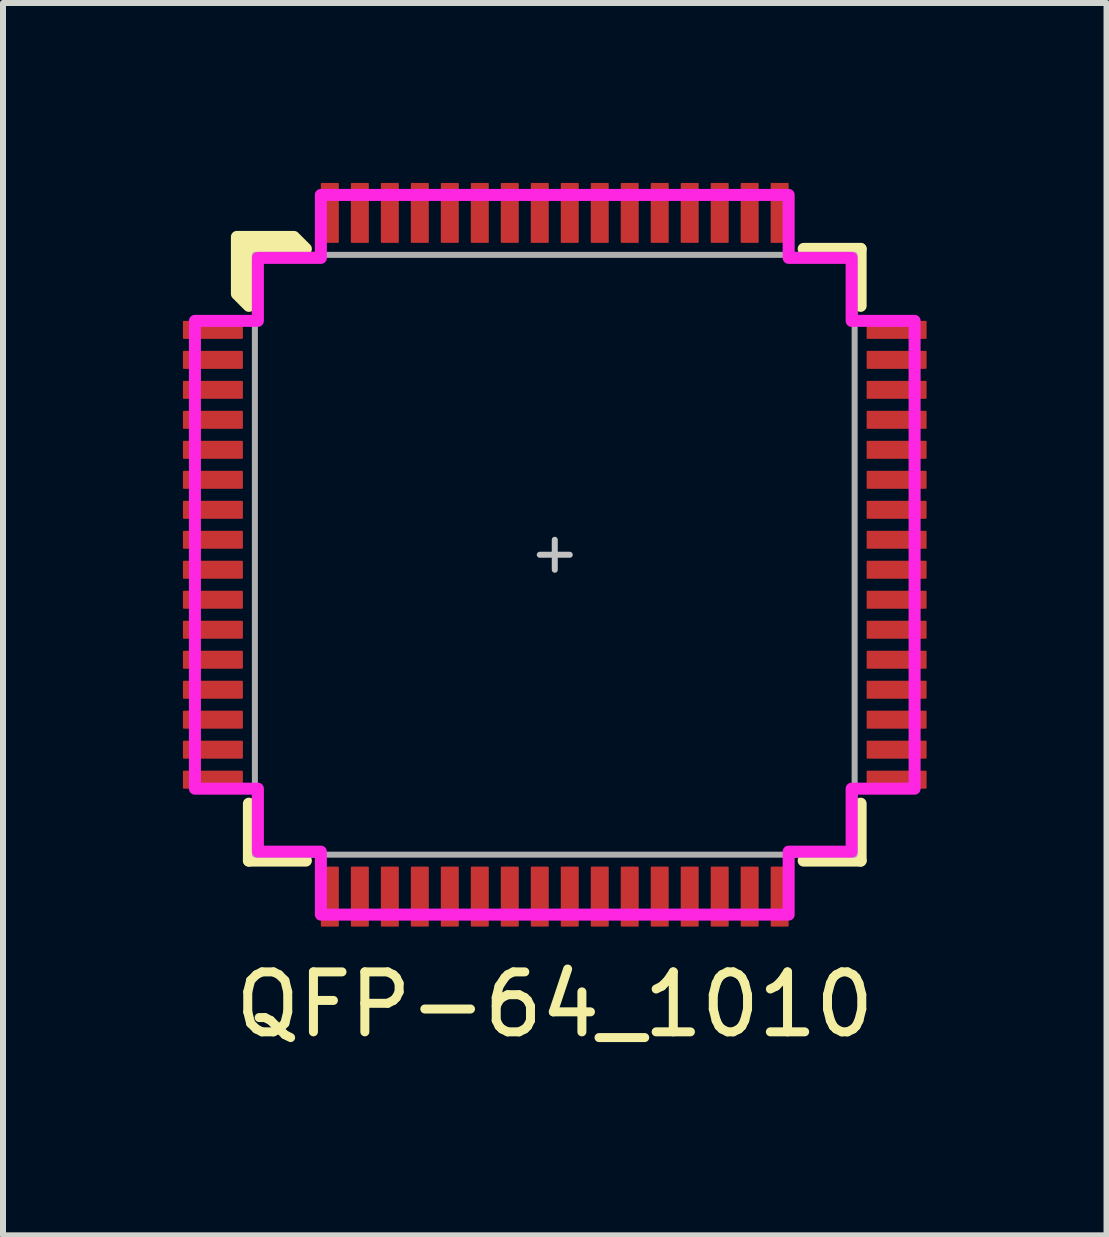
<source format=kicad_pcb>
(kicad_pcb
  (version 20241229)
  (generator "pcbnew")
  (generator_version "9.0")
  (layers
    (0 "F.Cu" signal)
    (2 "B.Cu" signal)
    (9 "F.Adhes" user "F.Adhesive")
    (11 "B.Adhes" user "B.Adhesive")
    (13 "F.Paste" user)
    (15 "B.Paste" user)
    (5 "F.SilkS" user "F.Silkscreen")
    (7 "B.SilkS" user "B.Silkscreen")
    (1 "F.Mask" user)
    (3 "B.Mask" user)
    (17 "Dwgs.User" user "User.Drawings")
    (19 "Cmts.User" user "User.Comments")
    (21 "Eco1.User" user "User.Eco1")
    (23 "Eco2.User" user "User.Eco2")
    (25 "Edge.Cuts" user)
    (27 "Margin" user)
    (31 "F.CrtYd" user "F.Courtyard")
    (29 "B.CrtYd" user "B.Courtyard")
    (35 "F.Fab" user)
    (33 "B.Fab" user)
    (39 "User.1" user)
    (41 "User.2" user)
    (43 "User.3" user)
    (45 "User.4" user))
  (footprint "QFP-64_1010"
    (layer "F.Cu")
    (at 6.2 6.2)
    (property "Reference" "QFP-64_1010" (at 0 7.5 0) (unlocked yes) (layer "F.SilkS") (effects (font (size 1 1) (thickness 0.15))))
    (attr smd)
    (fp_line (start -5.1 5.1) (end -5.1 4.15) (stroke (width 0.2) (type solid)) (layer "F.SilkS"))
    (fp_line (start -4.15 5.1) (end -5.1 5.1) (stroke (width 0.2) (type solid)) (layer "F.SilkS"))
    (fp_line (start 4.15 -5.1) (end 5.1 -5.1) (stroke (width 0.2) (type solid)) (layer "F.SilkS"))
    (fp_line (start 5.1 -5.1) (end 5.1 -4.15) (stroke (width 0.2) (type solid)) (layer "F.SilkS"))
    (fp_line (start 5.1 4.15) (end 5.1 5.1) (stroke (width 0.2) (type solid)) (layer "F.SilkS"))
    (fp_line (start 5.1 5.1) (end 4.15 5.1) (stroke (width 0.2) (type solid)) (layer "F.SilkS"))
    (fp_poly (pts (xy -4.15 -5.1) (xy -5.1 -5.1) (xy -5.1 -4.15) (xy -5.3 -4.35) (xy -5.3 -5.3) (xy -4.35 -5.3)) (stroke (width 0.2) (type solid)) (fill yes) (layer "F.SilkS"))
    (fp_line (start -0.25 0) (end 0.25 0) (stroke (width 0.1) (type solid)) (layer "Dwgs.User"))
    (fp_line (start 0 -0.25) (end 0 0.25) (stroke (width 0.1) (type solid)) (layer "Dwgs.User"))
    (fp_poly (pts (xy 3.9 -4.95) (xy 4.95 -4.95) (xy 4.95 -3.9) (xy 6 -3.9) (xy 6 3.9) (xy 4.95 3.9) (xy 4.95 4.95) (xy 3.9 4.95) (xy 3.9 6) (xy -3.9 6) (xy -3.9 4.95) (xy -4.95 4.95) (xy -4.95 3.9) (xy -6 3.9) (xy -6 -3.9) (xy -4.95 -3.9) (xy -4.95 -4.95) (xy -3.9 -4.95) (xy -3.9 -6) (xy 3.9 -6)) (stroke (width 0.2) (type solid)) (fill no) (layer "F.CrtYd"))
    (fp_rect (start -5 -5) (end 5 5) (stroke (width 0.1) (type solid)) (fill no) (layer "F.Fab"))
    (pad "1" smd roundrect (at -5.7 -3.75) (size 1 0.3) (layers "F.Cu" "F.Mask" "F.Paste") (roundrect_rratio 0.05))
    (pad "2" smd roundrect (at -5.7 -3.25) (size 1 0.3) (layers "F.Cu" "F.Mask" "F.Paste") (roundrect_rratio 0.05))
    (pad "3" smd roundrect (at -5.7 -2.75) (size 1 0.3) (layers "F.Cu" "F.Mask" "F.Paste") (roundrect_rratio 0.05))
    (pad "4" smd roundrect (at -5.7 -2.25) (size 1 0.3) (layers "F.Cu" "F.Mask" "F.Paste") (roundrect_rratio 0.05))
    (pad "5" smd roundrect (at -5.7 -1.75) (size 1 0.3) (layers "F.Cu" "F.Mask" "F.Paste") (roundrect_rratio 0.05))
    (pad "6" smd roundrect (at -5.7 -1.25) (size 1 0.3) (layers "F.Cu" "F.Mask" "F.Paste") (roundrect_rratio 0.05))
    (pad "7" smd roundrect (at -5.7 -0.75) (size 1 0.3) (layers "F.Cu" "F.Mask" "F.Paste") (roundrect_rratio 0.05))
    (pad "8" smd roundrect (at -5.7 -0.25) (size 1 0.3) (layers "F.Cu" "F.Mask" "F.Paste") (roundrect_rratio 0.05))
    (pad "9" smd roundrect (at -5.7 0.25) (size 1 0.3) (layers "F.Cu" "F.Mask" "F.Paste") (roundrect_rratio 0.05))
    (pad "10" smd roundrect (at -5.7 0.75) (size 1 0.3) (layers "F.Cu" "F.Mask" "F.Paste") (roundrect_rratio 0.05))
    (pad "11" smd roundrect (at -5.7 1.25) (size 1 0.3) (layers "F.Cu" "F.Mask" "F.Paste") (roundrect_rratio 0.05))
    (pad "12" smd roundrect (at -5.7 1.75) (size 1 0.3) (layers "F.Cu" "F.Mask" "F.Paste") (roundrect_rratio 0.05))
    (pad "13" smd roundrect (at -5.7 2.25) (size 1 0.3) (layers "F.Cu" "F.Mask" "F.Paste") (roundrect_rratio 0.05))
    (pad "14" smd roundrect (at -5.7 2.75) (size 1 0.3) (layers "F.Cu" "F.Mask" "F.Paste") (roundrect_rratio 0.05))
    (pad "15" smd roundrect (at -5.7 3.25) (size 1 0.3) (layers "F.Cu" "F.Mask" "F.Paste") (roundrect_rratio 0.05))
    (pad "16" smd roundrect (at -5.7 3.75) (size 1 0.3) (layers "F.Cu" "F.Mask" "F.Paste") (roundrect_rratio 0.05))
    (pad "17" smd roundrect (at -3.75 5.7 90) (size 1 0.3) (layers "F.Cu" "F.Mask" "F.Paste") (roundrect_rratio 0.05))
    (pad "18" smd roundrect (at -3.25 5.7 90) (size 1 0.3) (layers "F.Cu" "F.Mask" "F.Paste") (roundrect_rratio 0.05))
    (pad "19" smd roundrect (at -2.75 5.7 90) (size 1 0.3) (layers "F.Cu" "F.Mask" "F.Paste") (roundrect_rratio 0.05))
    (pad "20" smd roundrect (at -2.25 5.7 90) (size 1 0.3) (layers "F.Cu" "F.Mask" "F.Paste") (roundrect_rratio 0.05))
    (pad "21" smd roundrect (at -1.75 5.7 90) (size 1 0.3) (layers "F.Cu" "F.Mask" "F.Paste") (roundrect_rratio 0.05))
    (pad "22" smd roundrect (at -1.25 5.7 90) (size 1 0.3) (layers "F.Cu" "F.Mask" "F.Paste") (roundrect_rratio 0.05))
    (pad "23" smd roundrect (at -0.75 5.7 90) (size 1 0.3) (layers "F.Cu" "F.Mask" "F.Paste") (roundrect_rratio 0.05))
    (pad "24" smd roundrect (at -0.25 5.7 90) (size 1 0.3) (layers "F.Cu" "F.Mask" "F.Paste") (roundrect_rratio 0.05))
    (pad "25" smd roundrect (at 0.25 5.7 90) (size 1 0.3) (layers "F.Cu" "F.Mask" "F.Paste") (roundrect_rratio 0.05))
    (pad "26" smd roundrect (at 0.75 5.7 90) (size 1 0.3) (layers "F.Cu" "F.Mask" "F.Paste") (roundrect_rratio 0.05))
    (pad "27" smd roundrect (at 1.25 5.7 90) (size 1 0.3) (layers "F.Cu" "F.Mask" "F.Paste") (roundrect_rratio 0.05))
    (pad "28" smd roundrect (at 1.75 5.7 90) (size 1 0.3) (layers "F.Cu" "F.Mask" "F.Paste") (roundrect_rratio 0.05))
    (pad "29" smd roundrect (at 2.25 5.7 90) (size 1 0.3) (layers "F.Cu" "F.Mask" "F.Paste") (roundrect_rratio 0.05))
    (pad "30" smd roundrect (at 2.75 5.7 90) (size 1 0.3) (layers "F.Cu" "F.Mask" "F.Paste") (roundrect_rratio 0.05))
    (pad "31" smd roundrect (at 3.25 5.7 90) (size 1 0.3) (layers "F.Cu" "F.Mask" "F.Paste") (roundrect_rratio 0.05))
    (pad "32" smd roundrect (at 3.75 5.7 90) (size 1 0.3) (layers "F.Cu" "F.Mask" "F.Paste") (roundrect_rratio 0.05))
    (pad "33" smd roundrect (at 5.7 3.75 180) (size 1 0.3) (layers "F.Cu" "F.Mask" "F.Paste") (roundrect_rratio 0.05))
    (pad "34" smd roundrect (at 5.7 3.25 180) (size 1 0.3) (layers "F.Cu" "F.Mask" "F.Paste") (roundrect_rratio 0.05))
    (pad "35" smd roundrect (at 5.7 2.75 180) (size 1 0.3) (layers "F.Cu" "F.Mask" "F.Paste") (roundrect_rratio 0.05))
    (pad "36" smd roundrect (at 5.7 2.25 180) (size 1 0.3) (layers "F.Cu" "F.Mask" "F.Paste") (roundrect_rratio 0.05))
    (pad "37" smd roundrect (at 5.7 1.75 180) (size 1 0.3) (layers "F.Cu" "F.Mask" "F.Paste") (roundrect_rratio 0.05))
    (pad "38" smd roundrect (at 5.7 1.25 180) (size 1 0.3) (layers "F.Cu" "F.Mask" "F.Paste") (roundrect_rratio 0.05))
    (pad "39" smd roundrect (at 5.7 0.75 180) (size 1 0.3) (layers "F.Cu" "F.Mask" "F.Paste") (roundrect_rratio 0.05))
    (pad "40" smd roundrect (at 5.7 0.25 180) (size 1 0.3) (layers "F.Cu" "F.Mask" "F.Paste") (roundrect_rratio 0.05))
    (pad "41" smd roundrect (at 5.7 -0.25 180) (size 1 0.3) (layers "F.Cu" "F.Mask" "F.Paste") (roundrect_rratio 0.05))
    (pad "42" smd roundrect (at 5.7 -0.75 180) (size 1 0.3) (layers "F.Cu" "F.Mask" "F.Paste") (roundrect_rratio 0.05))
    (pad "43" smd roundrect (at 5.7 -1.25 180) (size 1 0.3) (layers "F.Cu" "F.Mask" "F.Paste") (roundrect_rratio 0.05))
    (pad "44" smd roundrect (at 5.7 -1.75 180) (size 1 0.3) (layers "F.Cu" "F.Mask" "F.Paste") (roundrect_rratio 0.05))
    (pad "45" smd roundrect (at 5.7 -2.25 180) (size 1 0.3) (layers "F.Cu" "F.Mask" "F.Paste") (roundrect_rratio 0.05))
    (pad "46" smd roundrect (at 5.7 -2.75 180) (size 1 0.3) (layers "F.Cu" "F.Mask" "F.Paste") (roundrect_rratio 0.05))
    (pad "47" smd roundrect (at 5.7 -3.25 180) (size 1 0.3) (layers "F.Cu" "F.Mask" "F.Paste") (roundrect_rratio 0.05))
    (pad "48" smd roundrect (at 5.7 -3.75 180) (size 1 0.3) (layers "F.Cu" "F.Mask" "F.Paste") (roundrect_rratio 0.05))
    (pad "49" smd roundrect (at 3.75 -5.7 270) (size 1 0.3) (layers "F.Cu" "F.Mask" "F.Paste") (roundrect_rratio 0.05))
    (pad "50" smd roundrect (at 3.25 -5.7 270) (size 1 0.3) (layers "F.Cu" "F.Mask" "F.Paste") (roundrect_rratio 0.05))
    (pad "51" smd roundrect (at 2.75 -5.7 270) (size 1 0.3) (layers "F.Cu" "F.Mask" "F.Paste") (roundrect_rratio 0.05))
    (pad "52" smd roundrect (at 2.25 -5.7 270) (size 1 0.3) (layers "F.Cu" "F.Mask" "F.Paste") (roundrect_rratio 0.05))
    (pad "53" smd roundrect (at 1.75 -5.7 270) (size 1 0.3) (layers "F.Cu" "F.Mask" "F.Paste") (roundrect_rratio 0.05))
    (pad "54" smd roundrect (at 1.25 -5.7 270) (size 1 0.3) (layers "F.Cu" "F.Mask" "F.Paste") (roundrect_rratio 0.05))
    (pad "55" smd roundrect (at 0.75 -5.7 270) (size 1 0.3) (layers "F.Cu" "F.Mask" "F.Paste") (roundrect_rratio 0.05))
    (pad "56" smd roundrect (at 0.25 -5.7 270) (size 1 0.3) (layers "F.Cu" "F.Mask" "F.Paste") (roundrect_rratio 0.05))
    (pad "57" smd roundrect (at -0.25 -5.7 270) (size 1 0.3) (layers "F.Cu" "F.Mask" "F.Paste") (roundrect_rratio 0.05))
    (pad "58" smd roundrect (at -0.75 -5.7 270) (size 1 0.3) (layers "F.Cu" "F.Mask" "F.Paste") (roundrect_rratio 0.05))
    (pad "59" smd roundrect (at -1.25 -5.7 270) (size 1 0.3) (layers "F.Cu" "F.Mask" "F.Paste") (roundrect_rratio 0.05))
    (pad "60" smd roundrect (at -1.75 -5.7 270) (size 1 0.3) (layers "F.Cu" "F.Mask" "F.Paste") (roundrect_rratio 0.05))
    (pad "61" smd roundrect (at -2.25 -5.7 270) (size 1 0.3) (layers "F.Cu" "F.Mask" "F.Paste") (roundrect_rratio 0.05))
    (pad "62" smd roundrect (at -2.75 -5.7 270) (size 1 0.3) (layers "F.Cu" "F.Mask" "F.Paste") (roundrect_rratio 0.05))
    (pad "63" smd roundrect (at -3.25 -5.7 270) (size 1 0.3) (layers "F.Cu" "F.Mask" "F.Paste") (roundrect_rratio 0.05))
    (pad "64" smd roundrect (at -3.75 -5.7 270) (size 1 0.3) (layers "F.Cu" "F.Mask" "F.Paste") (roundrect_rratio 0.05)))
  (gr_rect
    (start -3 -3)
    (end 15.4 17.548)
    (stroke (width 0.1) (type default))
    (fill no)
    (layer "Edge.Cuts")))
</source>
